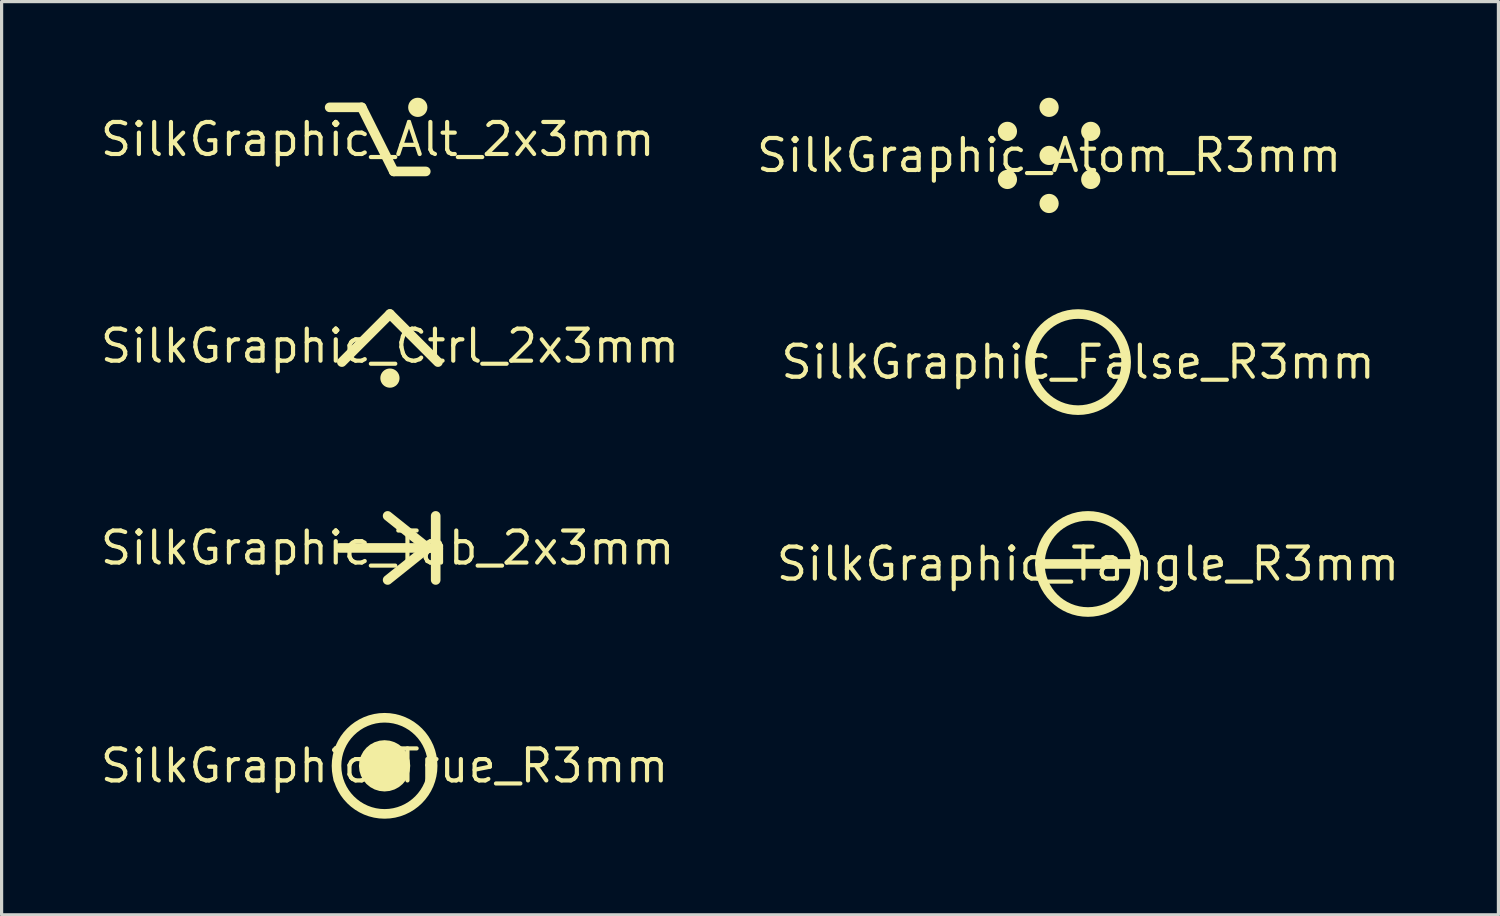
<source format=kicad_pcb>
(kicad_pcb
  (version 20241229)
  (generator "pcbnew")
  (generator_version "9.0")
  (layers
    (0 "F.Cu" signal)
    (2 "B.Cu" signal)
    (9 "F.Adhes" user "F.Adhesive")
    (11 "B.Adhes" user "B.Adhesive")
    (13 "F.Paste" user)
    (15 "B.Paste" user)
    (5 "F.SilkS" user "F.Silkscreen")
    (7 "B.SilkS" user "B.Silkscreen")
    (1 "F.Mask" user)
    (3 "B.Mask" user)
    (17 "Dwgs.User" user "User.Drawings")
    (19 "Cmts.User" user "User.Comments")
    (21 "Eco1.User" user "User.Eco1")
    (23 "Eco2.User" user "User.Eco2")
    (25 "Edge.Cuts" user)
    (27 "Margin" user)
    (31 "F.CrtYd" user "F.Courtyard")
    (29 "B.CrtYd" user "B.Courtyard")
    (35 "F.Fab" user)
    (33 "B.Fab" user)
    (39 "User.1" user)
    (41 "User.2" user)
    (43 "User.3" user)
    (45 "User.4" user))
  (footprint "SilkGraphic_True_R3mm"
    (layer "F.Cu")
    (at 8.952 20.85)
    (property "Reference" "SilkGraphic_True_R3mm" (at 0 0 0) (layer "F.SilkS") (effects (font (size 1 1) (thickness 0.13))))
    (attr smd)
    (fp_circle (center 0 0) (end 0.4 0) (stroke (width 0.8) (type solid)) (fill no) (layer "F.SilkS"))
    (fp_circle (center 0 0) (end 1.5 0) (stroke (width 0.3) (type solid)) (fill no) (layer "F.SilkS")))
  (footprint "SilkGraphic_Tab_2x3mm"
    (layer "F.Cu")
    (at 9.047 14.05)
    (property "Reference" "SilkGraphic_Tab_2x3mm" (at 0 0 0) (layer "F.SilkS") (effects (font (size 1 1) (thickness 0.13))))
    (attr smd)
    (fp_line (start -1.5 0) (end 1.5 0) (stroke (width 0.3) (type solid)) (layer "F.SilkS"))
    (fp_line (start 0 -1) (end 1.25 0) (stroke (width 0.3) (type solid)) (layer "F.SilkS"))
    (fp_line (start 0 1) (end 1.25 0) (stroke (width 0.3) (type solid)) (layer "F.SilkS"))
    (fp_line (start 1.5 -1) (end 1.5 1) (stroke (width 0.3) (type solid)) (layer "F.SilkS")))
  (footprint "SilkGraphic_Atom_R3mm"
    (layer "F.Cu")
    (at 29.69 1.8)
    (property "Reference" "SilkGraphic_Atom_R3mm" (at 0 0 0) (layer "F.SilkS") (effects (font (size 1 1) (thickness 0.13))))
    (attr smd)
    (fp_circle (center -1.3 -0.75) (end -1.15 -0.75) (stroke (width 0.3) (type solid)) (fill no) (layer "F.SilkS"))
    (fp_circle (center -1.3 0.75) (end -1.45 0.75) (stroke (width 0.3) (type solid)) (fill no) (layer "F.SilkS"))
    (fp_circle (center 0 -1.5) (end 0.15 -1.5) (stroke (width 0.3) (type solid)) (fill no) (layer "F.SilkS"))
    (fp_circle (center 0 0) (end 0.15 0) (stroke (width 0.3) (type solid)) (fill no) (layer "F.SilkS"))
    (fp_circle (center 0 1.5) (end 0.15 1.5) (stroke (width 0.3) (type solid)) (fill no) (layer "F.SilkS"))
    (fp_circle (center 1.3 -0.75) (end 1.45 -0.75) (stroke (width 0.3) (type solid)) (fill no) (layer "F.SilkS"))
    (fp_circle (center 1.3 0.75) (end 1.45 0.75) (stroke (width 0.3) (type solid)) (fill no) (layer "F.SilkS")))
  (footprint "SilkGraphic_Ctrl_2x3mm"
    (layer "F.Cu")
    (at 9.119 7.75)
    (property "Reference" "SilkGraphic_Ctrl_2x3mm" (at 0 0 0) (layer "F.SilkS") (effects (font (size 1 1) (thickness 0.13))))
    (attr smd)
    (fp_line (start -1.5 0.5) (end 0 -1) (stroke (width 0.3) (type solid)) (layer "F.SilkS"))
    (fp_line (start 0 -1) (end 1.5 0.5) (stroke (width 0.3) (type solid)) (layer "F.SilkS"))
    (fp_circle (center 0 1) (end 0.15 1) (stroke (width 0.3) (type solid)) (fill no) (layer "F.SilkS")))
  (footprint "SilkGraphic_Tangle_R3mm"
    (layer "F.Cu")
    (at 30.904 14.55)
    (property "Reference" "SilkGraphic_Tangle_R3mm" (at 0 0 0) (layer "F.SilkS") (effects (font (size 1 1) (thickness 0.13))))
    (attr smd)
    (fp_line (start -1.5 0) (end 1.5 0) (stroke (width 0.3) (type solid)) (layer "F.SilkS"))
    (fp_circle (center 0 0) (end 1.5 0) (stroke (width 0.3) (type solid)) (fill no) (layer "F.SilkS")))
  (footprint "SilkGraphic_Alt_2x3mm"
    (layer "F.Cu")
    (at 8.738 1.3)
    (property "Reference" "SilkGraphic_Alt_2x3mm" (at 0 0 0) (layer "F.SilkS") (effects (font (size 1 1) (thickness 0.13))))
    (attr smd)
    (fp_line (start -1.5 -1) (end -0.5 -1) (stroke (width 0.3) (type solid)) (layer "F.SilkS"))
    (fp_line (start -0.5 -1) (end 0.5 1) (stroke (width 0.3) (type solid)) (layer "F.SilkS"))
    (fp_line (start 0.5 1) (end 1.5 1) (stroke (width 0.3) (type solid)) (layer "F.SilkS"))
    (fp_circle (center 1.25 -1) (end 1.4 -1) (stroke (width 0.3) (type solid)) (fill no) (layer "F.SilkS")))
  (footprint "SilkGraphic_False_R3mm"
    (layer "F.Cu")
    (at 30.595 8.25)
    (property "Reference" "SilkGraphic_False_R3mm" (at 0 0 0) (layer "F.SilkS") (effects (font (size 1 1) (thickness 0.13))))
    (attr smd)
    (fp_circle (center 0 0) (end 1.5 0) (stroke (width 0.3) (type solid)) (fill no) (layer "F.SilkS")))
  (gr_rect
    (start -3 -3)
    (end 43.713 25.5)
    (stroke (width 0.1) (type default))
    (fill no)
    (layer "Edge.Cuts")))
</source>
